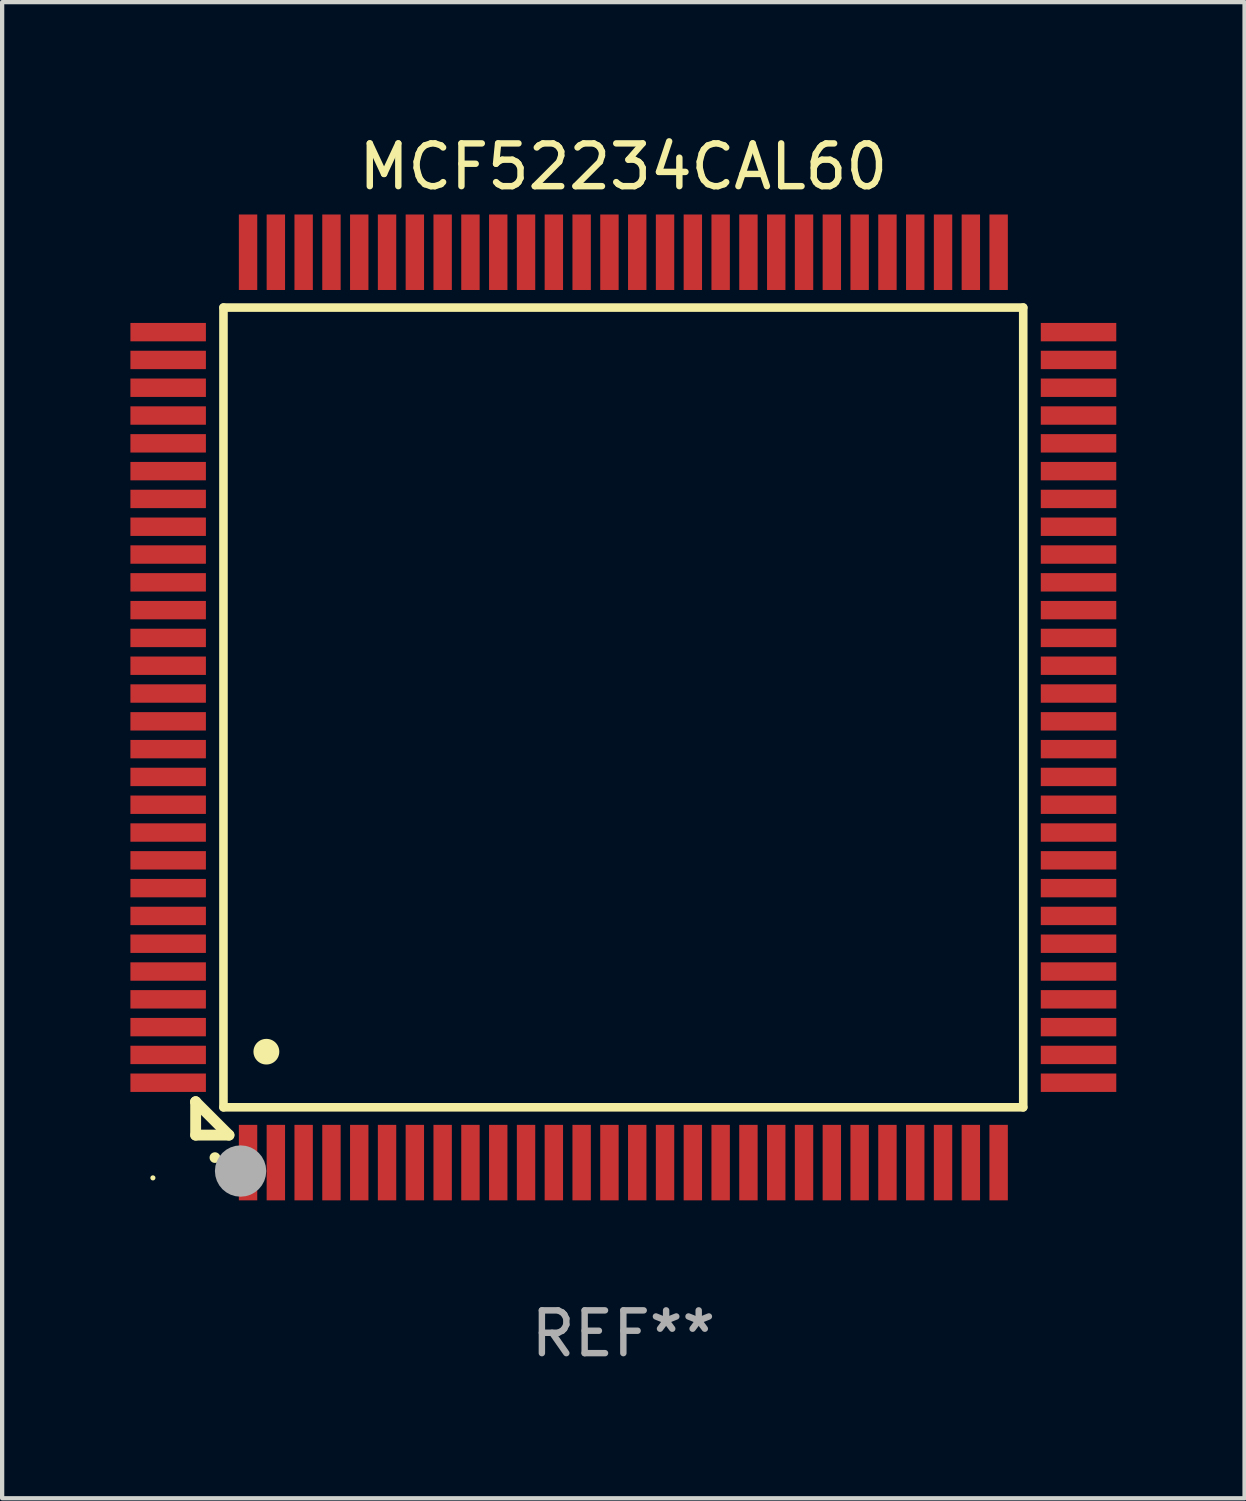
<source format=kicad_pcb>
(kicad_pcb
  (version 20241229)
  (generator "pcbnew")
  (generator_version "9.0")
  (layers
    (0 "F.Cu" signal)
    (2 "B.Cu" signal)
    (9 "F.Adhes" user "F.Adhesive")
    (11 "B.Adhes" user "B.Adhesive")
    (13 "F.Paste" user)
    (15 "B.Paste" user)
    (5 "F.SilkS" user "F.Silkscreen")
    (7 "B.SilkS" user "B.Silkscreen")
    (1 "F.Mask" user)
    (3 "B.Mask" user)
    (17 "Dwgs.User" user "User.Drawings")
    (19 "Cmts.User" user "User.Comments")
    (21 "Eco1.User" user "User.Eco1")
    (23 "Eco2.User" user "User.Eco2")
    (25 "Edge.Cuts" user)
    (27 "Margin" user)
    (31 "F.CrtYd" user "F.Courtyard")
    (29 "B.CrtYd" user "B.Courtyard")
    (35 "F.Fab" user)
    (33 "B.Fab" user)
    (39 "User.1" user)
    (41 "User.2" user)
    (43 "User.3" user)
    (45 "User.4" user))
  (footprint "MCF52234CAL60"
    (layer "F.Cu")
    (at 11.525 13.491)
    (property "Reference" "MCF52234CAL60" (at 0 -12.643 0) (layer "F.SilkS") (effects (font (size 1 1) (thickness 0.15))))
    (attr through_hole)
    (fp_line (start -10 9.221) (end -10 9.221) (stroke (width 0.254) (type solid)) (layer "F.SilkS"))
    (fp_line (start -10 9.221) (end -10 10) (stroke (width 0.254) (type solid)) (layer "F.SilkS"))
    (fp_line (start -10 9.221) (end -9.221 10) (stroke (width 0.254) (type solid)) (layer "F.SilkS"))
    (fp_line (start -10 10) (end -9.221 10) (stroke (width 0.254) (type solid)) (layer "F.SilkS"))
    (fp_line (start -9.35 -9.35) (end -9.35 9.35) (stroke (width 0.201) (type solid)) (layer "F.SilkS"))
    (fp_line (start -9.35 9.35) (end 9.35 9.35) (stroke (width 0.201) (type solid)) (layer "F.SilkS"))
    (fp_line (start 9.35 -9.35) (end -9.35 -9.35) (stroke (width 0.201) (type solid)) (layer "F.SilkS"))
    (fp_line (start 9.35 9.35) (end 9.35 -9.35) (stroke (width 0.201) (type solid)) (layer "F.SilkS"))
    (fp_arc (start -9.550546 10.525832) (mid -9.549276 10.525826) (end -9.548006 10.525832) (stroke (width 0.24892) (type solid)) (layer "F.SilkS"))
    (fp_arc (start -8.349124 8.049327) (mid -8.346584 8.049316) (end -8.344044 8.049327) (stroke (width 0.599441) (type solid)) (layer "F.SilkS"))
    (fp_circle (center -11 11) (end -10.97 11) (stroke (width 0.06) (type solid)) (fill no) (layer "F.SilkS"))
    (fp_circle (center -8.95 10.84) (end -8.65 10.84) (stroke (width 0.6) (type solid)) (fill no) (layer "F.Fab"))
    (fp_text user "REF**" (at 0 14.643 0) (layer "F.Fab") (effects (font (size 1 1) (thickness 0.15))))
    (pad "1" smd rect (at -8.775 10.643) (size 0.43 1.765) (layers "F.Cu" "F.Mask" "F.Paste"))
    (pad "2" smd rect (at -8.125 10.643) (size 0.43 1.765) (layers "F.Cu" "F.Mask" "F.Paste"))
    (pad "3" smd rect (at -7.475 10.643) (size 0.43 1.765) (layers "F.Cu" "F.Mask" "F.Paste"))
    (pad "4" smd rect (at -6.825 10.643) (size 0.43 1.765) (layers "F.Cu" "F.Mask" "F.Paste"))
    (pad "5" smd rect (at -6.175 10.643) (size 0.43 1.765) (layers "F.Cu" "F.Mask" "F.Paste"))
    (pad "6" smd rect (at -5.525 10.643) (size 0.43 1.765) (layers "F.Cu" "F.Mask" "F.Paste"))
    (pad "7" smd rect (at -4.875 10.643) (size 0.43 1.765) (layers "F.Cu" "F.Mask" "F.Paste"))
    (pad "8" smd rect (at -4.225 10.643) (size 0.43 1.765) (layers "F.Cu" "F.Mask" "F.Paste"))
    (pad "9" smd rect (at -3.575 10.643) (size 0.43 1.765) (layers "F.Cu" "F.Mask" "F.Paste"))
    (pad "10" smd rect (at -2.925 10.643) (size 0.43 1.765) (layers "F.Cu" "F.Mask" "F.Paste"))
    (pad "11" smd rect (at -2.275 10.643) (size 0.43 1.765) (layers "F.Cu" "F.Mask" "F.Paste"))
    (pad "12" smd rect (at -1.625 10.643) (size 0.43 1.765) (layers "F.Cu" "F.Mask" "F.Paste"))
    (pad "13" smd rect (at -0.975 10.643) (size 0.43 1.765) (layers "F.Cu" "F.Mask" "F.Paste"))
    (pad "14" smd rect (at -0.325 10.643) (size 0.43 1.765) (layers "F.Cu" "F.Mask" "F.Paste"))
    (pad "15" smd rect (at 0.325 10.643) (size 0.43 1.765) (layers "F.Cu" "F.Mask" "F.Paste"))
    (pad "16" smd rect (at 0.975 10.643) (size 0.43 1.765) (layers "F.Cu" "F.Mask" "F.Paste"))
    (pad "17" smd rect (at 1.625 10.643) (size 0.43 1.765) (layers "F.Cu" "F.Mask" "F.Paste"))
    (pad "18" smd rect (at 2.275 10.643) (size 0.43 1.765) (layers "F.Cu" "F.Mask" "F.Paste"))
    (pad "19" smd rect (at 2.925 10.643) (size 0.43 1.765) (layers "F.Cu" "F.Mask" "F.Paste"))
    (pad "20" smd rect (at 3.575 10.643) (size 0.43 1.765) (layers "F.Cu" "F.Mask" "F.Paste"))
    (pad "21" smd rect (at 4.225 10.643) (size 0.43 1.765) (layers "F.Cu" "F.Mask" "F.Paste"))
    (pad "22" smd rect (at 4.875 10.643) (size 0.43 1.765) (layers "F.Cu" "F.Mask" "F.Paste"))
    (pad "23" smd rect (at 5.525 10.643) (size 0.43 1.765) (layers "F.Cu" "F.Mask" "F.Paste"))
    (pad "24" smd rect (at 6.175 10.643) (size 0.43 1.765) (layers "F.Cu" "F.Mask" "F.Paste"))
    (pad "25" smd rect (at 6.825 10.643) (size 0.43 1.765) (layers "F.Cu" "F.Mask" "F.Paste"))
    (pad "26" smd rect (at 7.475 10.643) (size 0.43 1.765) (layers "F.Cu" "F.Mask" "F.Paste"))
    (pad "27" smd rect (at 8.125 10.643) (size 0.43 1.765) (layers "F.Cu" "F.Mask" "F.Paste"))
    (pad "28" smd rect (at 8.775 10.643) (size 0.43 1.765) (layers "F.Cu" "F.Mask" "F.Paste"))
    (pad "29" smd rect (at 10.643 8.775) (size 1.765 0.43) (layers "F.Cu" "F.Mask" "F.Paste"))
    (pad "30" smd rect (at 10.643 8.125) (size 1.765 0.43) (layers "F.Cu" "F.Mask" "F.Paste"))
    (pad "31" smd rect (at 10.643 7.475) (size 1.765 0.43) (layers "F.Cu" "F.Mask" "F.Paste"))
    (pad "32" smd rect (at 10.643 6.825) (size 1.765 0.43) (layers "F.Cu" "F.Mask" "F.Paste"))
    (pad "33" smd rect (at 10.643 6.175) (size 1.765 0.43) (layers "F.Cu" "F.Mask" "F.Paste"))
    (pad "34" smd rect (at 10.643 5.525) (size 1.765 0.43) (layers "F.Cu" "F.Mask" "F.Paste"))
    (pad "35" smd rect (at 10.643 4.875) (size 1.765 0.43) (layers "F.Cu" "F.Mask" "F.Paste"))
    (pad "36" smd rect (at 10.643 4.225) (size 1.765 0.43) (layers "F.Cu" "F.Mask" "F.Paste"))
    (pad "37" smd rect (at 10.643 3.575) (size 1.765 0.43) (layers "F.Cu" "F.Mask" "F.Paste"))
    (pad "38" smd rect (at 10.643 2.925) (size 1.765 0.43) (layers "F.Cu" "F.Mask" "F.Paste"))
    (pad "39" smd rect (at 10.643 2.275) (size 1.765 0.43) (layers "F.Cu" "F.Mask" "F.Paste"))
    (pad "40" smd rect (at 10.643 1.625) (size 1.765 0.43) (layers "F.Cu" "F.Mask" "F.Paste"))
    (pad "41" smd rect (at 10.643 0.975) (size 1.765 0.43) (layers "F.Cu" "F.Mask" "F.Paste"))
    (pad "42" smd rect (at 10.643 0.325) (size 1.765 0.43) (layers "F.Cu" "F.Mask" "F.Paste"))
    (pad "43" smd rect (at 10.643 -0.325) (size 1.765 0.43) (layers "F.Cu" "F.Mask" "F.Paste"))
    (pad "44" smd rect (at 10.643 -0.975) (size 1.765 0.43) (layers "F.Cu" "F.Mask" "F.Paste"))
    (pad "45" smd rect (at 10.643 -1.625) (size 1.765 0.43) (layers "F.Cu" "F.Mask" "F.Paste"))
    (pad "46" smd rect (at 10.643 -2.275) (size 1.765 0.43) (layers "F.Cu" "F.Mask" "F.Paste"))
    (pad "47" smd rect (at 10.643 -2.925) (size 1.765 0.43) (layers "F.Cu" "F.Mask" "F.Paste"))
    (pad "48" smd rect (at 10.643 -3.575) (size 1.765 0.43) (layers "F.Cu" "F.Mask" "F.Paste"))
    (pad "49" smd rect (at 10.643 -4.225) (size 1.765 0.43) (layers "F.Cu" "F.Mask" "F.Paste"))
    (pad "50" smd rect (at 10.643 -4.875) (size 1.765 0.43) (layers "F.Cu" "F.Mask" "F.Paste"))
    (pad "51" smd rect (at 10.643 -5.525) (size 1.765 0.43) (layers "F.Cu" "F.Mask" "F.Paste"))
    (pad "52" smd rect (at 10.643 -6.175) (size 1.765 0.43) (layers "F.Cu" "F.Mask" "F.Paste"))
    (pad "53" smd rect (at 10.643 -6.825) (size 1.765 0.43) (layers "F.Cu" "F.Mask" "F.Paste"))
    (pad "54" smd rect (at 10.643 -7.475) (size 1.765 0.43) (layers "F.Cu" "F.Mask" "F.Paste"))
    (pad "55" smd rect (at 10.643 -8.125) (size 1.765 0.43) (layers "F.Cu" "F.Mask" "F.Paste"))
    (pad "56" smd rect (at 10.643 -8.775) (size 1.765 0.43) (layers "F.Cu" "F.Mask" "F.Paste"))
    (pad "57" smd rect (at 8.775 -10.643) (size 0.43 1.765) (layers "F.Cu" "F.Mask" "F.Paste"))
    (pad "58" smd rect (at 8.125 -10.643) (size 0.43 1.765) (layers "F.Cu" "F.Mask" "F.Paste"))
    (pad "59" smd rect (at 7.475 -10.643) (size 0.43 1.765) (layers "F.Cu" "F.Mask" "F.Paste"))
    (pad "60" smd rect (at 6.825 -10.643) (size 0.43 1.765) (layers "F.Cu" "F.Mask" "F.Paste"))
    (pad "61" smd rect (at 6.175 -10.643) (size 0.43 1.765) (layers "F.Cu" "F.Mask" "F.Paste"))
    (pad "62" smd rect (at 5.525 -10.643) (size 0.43 1.765) (layers "F.Cu" "F.Mask" "F.Paste"))
    (pad "63" smd rect (at 4.875 -10.643) (size 0.43 1.765) (layers "F.Cu" "F.Mask" "F.Paste"))
    (pad "64" smd rect (at 4.225 -10.643) (size 0.43 1.765) (layers "F.Cu" "F.Mask" "F.Paste"))
    (pad "65" smd rect (at 3.575 -10.643) (size 0.43 1.765) (layers "F.Cu" "F.Mask" "F.Paste"))
    (pad "66" smd rect (at 2.925 -10.643) (size 0.43 1.765) (layers "F.Cu" "F.Mask" "F.Paste"))
    (pad "67" smd rect (at 2.275 -10.643) (size 0.43 1.765) (layers "F.Cu" "F.Mask" "F.Paste"))
    (pad "68" smd rect (at 1.625 -10.643) (size 0.43 1.765) (layers "F.Cu" "F.Mask" "F.Paste"))
    (pad "69" smd rect (at 0.975 -10.643) (size 0.43 1.765) (layers "F.Cu" "F.Mask" "F.Paste"))
    (pad "70" smd rect (at 0.325 -10.643) (size 0.43 1.765) (layers "F.Cu" "F.Mask" "F.Paste"))
    (pad "71" smd rect (at -0.325 -10.643) (size 0.43 1.765) (layers "F.Cu" "F.Mask" "F.Paste"))
    (pad "72" smd rect (at -0.975 -10.643) (size 0.43 1.765) (layers "F.Cu" "F.Mask" "F.Paste"))
    (pad "73" smd rect (at -1.625 -10.643) (size 0.43 1.765) (layers "F.Cu" "F.Mask" "F.Paste"))
    (pad "74" smd rect (at -2.275 -10.643) (size 0.43 1.765) (layers "F.Cu" "F.Mask" "F.Paste"))
    (pad "75" smd rect (at -2.925 -10.643) (size 0.43 1.765) (layers "F.Cu" "F.Mask" "F.Paste"))
    (pad "76" smd rect (at -3.575 -10.643) (size 0.43 1.765) (layers "F.Cu" "F.Mask" "F.Paste"))
    (pad "77" smd rect (at -4.225 -10.643) (size 0.43 1.765) (layers "F.Cu" "F.Mask" "F.Paste"))
    (pad "78" smd rect (at -4.875 -10.643) (size 0.43 1.765) (layers "F.Cu" "F.Mask" "F.Paste"))
    (pad "79" smd rect (at -5.525 -10.643) (size 0.43 1.765) (layers "F.Cu" "F.Mask" "F.Paste"))
    (pad "80" smd rect (at -6.175 -10.643) (size 0.43 1.765) (layers "F.Cu" "F.Mask" "F.Paste"))
    (pad "81" smd rect (at -6.825 -10.643) (size 0.43 1.765) (layers "F.Cu" "F.Mask" "F.Paste"))
    (pad "82" smd rect (at -7.475 -10.643) (size 0.43 1.765) (layers "F.Cu" "F.Mask" "F.Paste"))
    (pad "83" smd rect (at -8.125 -10.643) (size 0.43 1.765) (layers "F.Cu" "F.Mask" "F.Paste"))
    (pad "84" smd rect (at -8.775 -10.643) (size 0.43 1.765) (layers "F.Cu" "F.Mask" "F.Paste"))
    (pad "85" smd rect (at -10.643 -8.775) (size 1.765 0.43) (layers "F.Cu" "F.Mask" "F.Paste"))
    (pad "86" smd rect (at -10.643 -8.125) (size 1.765 0.43) (layers "F.Cu" "F.Mask" "F.Paste"))
    (pad "87" smd rect (at -10.643 -7.475) (size 1.765 0.43) (layers "F.Cu" "F.Mask" "F.Paste"))
    (pad "88" smd rect (at -10.643 -6.825) (size 1.765 0.43) (layers "F.Cu" "F.Mask" "F.Paste"))
    (pad "89" smd rect (at -10.643 -6.175) (size 1.765 0.43) (layers "F.Cu" "F.Mask" "F.Paste"))
    (pad "90" smd rect (at -10.643 -5.525) (size 1.765 0.43) (layers "F.Cu" "F.Mask" "F.Paste"))
    (pad "91" smd rect (at -10.643 -4.875) (size 1.765 0.43) (layers "F.Cu" "F.Mask" "F.Paste"))
    (pad "92" smd rect (at -10.643 -4.225) (size 1.765 0.43) (layers "F.Cu" "F.Mask" "F.Paste"))
    (pad "93" smd rect (at -10.643 -3.575) (size 1.765 0.43) (layers "F.Cu" "F.Mask" "F.Paste"))
    (pad "94" smd rect (at -10.643 -2.925) (size 1.765 0.43) (layers "F.Cu" "F.Mask" "F.Paste"))
    (pad "95" smd rect (at -10.643 -2.275) (size 1.765 0.43) (layers "F.Cu" "F.Mask" "F.Paste"))
    (pad "96" smd rect (at -10.643 -1.625) (size 1.765 0.43) (layers "F.Cu" "F.Mask" "F.Paste"))
    (pad "97" smd rect (at -10.643 -0.975) (size 1.765 0.43) (layers "F.Cu" "F.Mask" "F.Paste"))
    (pad "98" smd rect (at -10.643 -0.325) (size 1.765 0.43) (layers "F.Cu" "F.Mask" "F.Paste"))
    (pad "99" smd rect (at -10.643 0.325) (size 1.765 0.43) (layers "F.Cu" "F.Mask" "F.Paste"))
    (pad "100" smd rect (at -10.643 0.975) (size 1.765 0.43) (layers "F.Cu" "F.Mask" "F.Paste"))
    (pad "101" smd rect (at -10.643 1.625) (size 1.765 0.43) (layers "F.Cu" "F.Mask" "F.Paste"))
    (pad "102" smd rect (at -10.643 2.275) (size 1.765 0.43) (layers "F.Cu" "F.Mask" "F.Paste"))
    (pad "103" smd rect (at -10.643 2.925) (size 1.765 0.43) (layers "F.Cu" "F.Mask" "F.Paste"))
    (pad "104" smd rect (at -10.643 3.575) (size 1.765 0.43) (layers "F.Cu" "F.Mask" "F.Paste"))
    (pad "105" smd rect (at -10.643 4.225) (size 1.765 0.43) (layers "F.Cu" "F.Mask" "F.Paste"))
    (pad "106" smd rect (at -10.643 4.875) (size 1.765 0.43) (layers "F.Cu" "F.Mask" "F.Paste"))
    (pad "107" smd rect (at -10.643 5.525) (size 1.765 0.43) (layers "F.Cu" "F.Mask" "F.Paste"))
    (pad "108" smd rect (at -10.643 6.175) (size 1.765 0.43) (layers "F.Cu" "F.Mask" "F.Paste"))
    (pad "109" smd rect (at -10.643 6.825) (size 1.765 0.43) (layers "F.Cu" "F.Mask" "F.Paste"))
    (pad "110" smd rect (at -10.643 7.475) (size 1.765 0.43) (layers "F.Cu" "F.Mask" "F.Paste"))
    (pad "111" smd rect (at -10.643 8.125) (size 1.765 0.43) (layers "F.Cu" "F.Mask" "F.Paste"))
    (pad "112" smd rect (at -10.643 8.775) (size 1.765 0.43) (layers "F.Cu" "F.Mask" "F.Paste")))
  (gr_rect
    (start -3 -3)
    (end 26.05 31.982)
    (stroke (width 0.1) (type default))
    (fill no)
    (layer "Edge.Cuts")))
</source>
